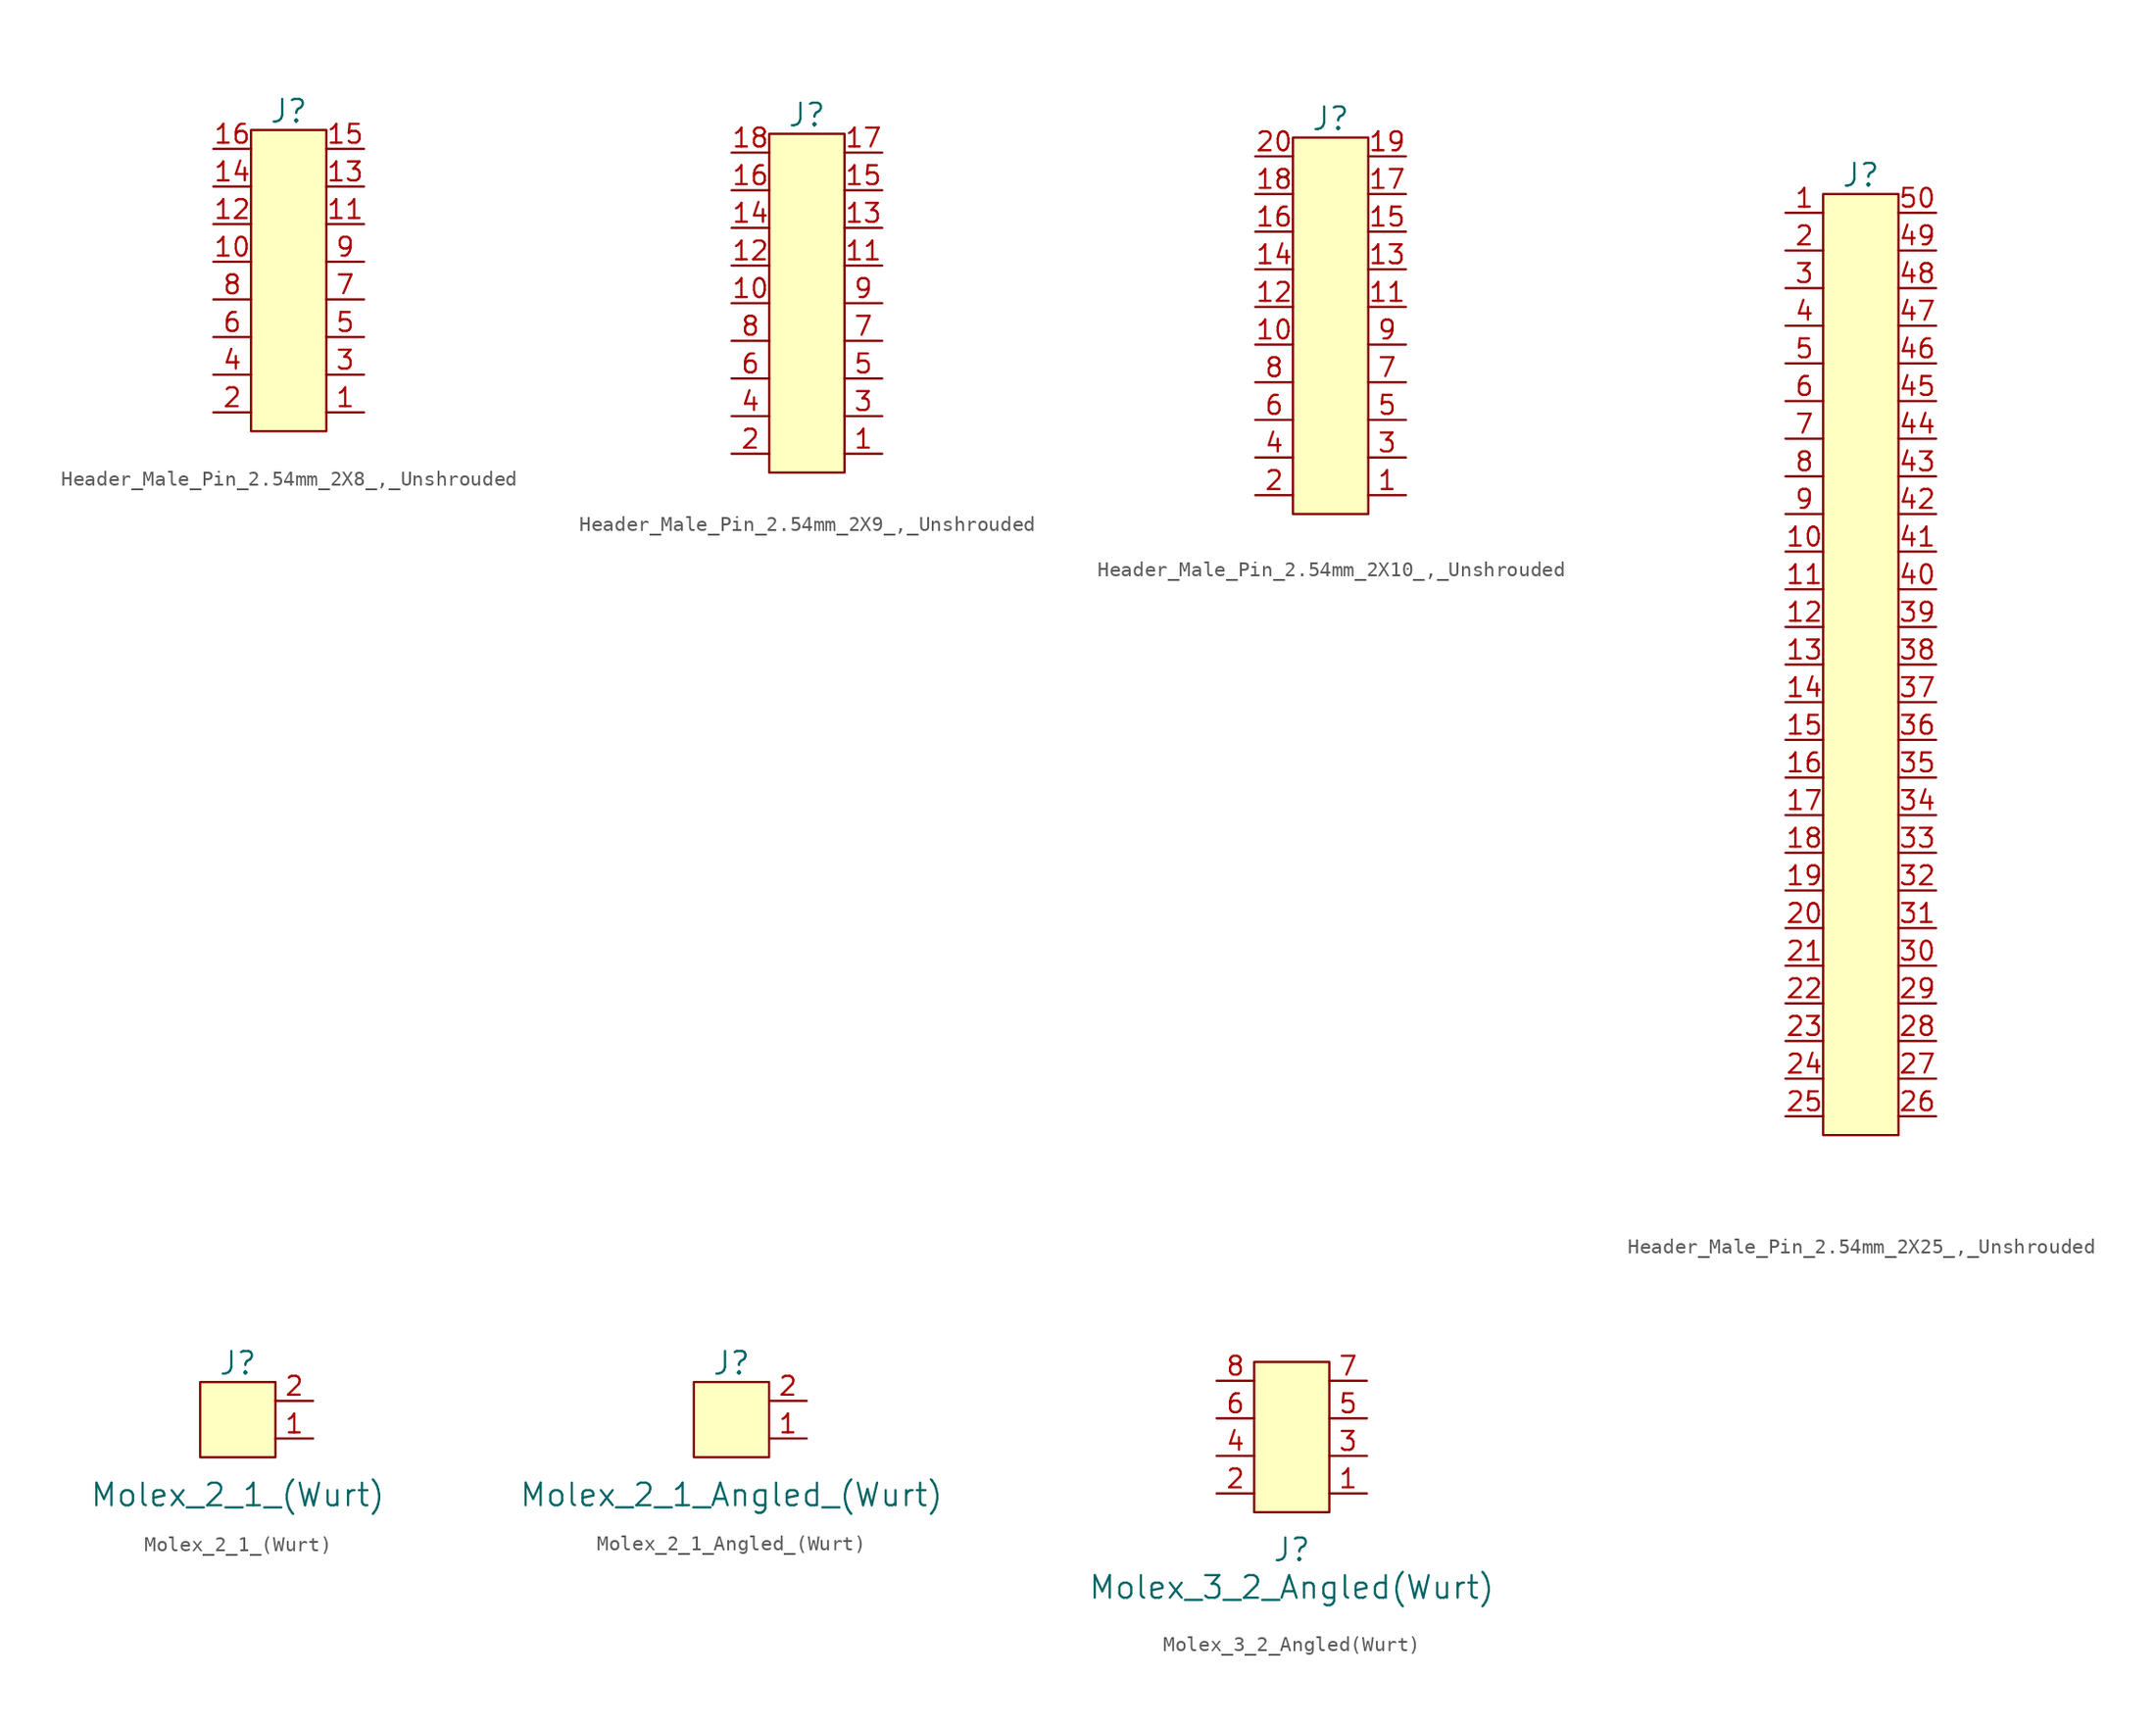
<source format=kicad_sym>
(kicad_symbol_lib
  (version 20241209)
  (generator "kicad_symbol_editor")
  (generator_version "9.0")
  (symbol "Header_Male_Pin_2.54mm_2X8_,_Unshrouded"
    (pin_names
      (offset 0)
      (hide yes))
    (property "Reference" "J"
      (at -2.54 20.32 0)
      (effects (font (size 1.524 1.524))))
    (symbol "Header_Male_Pin_2.54mm_2X8_,_Unshrouded_0_0"
      (rectangle (start -5.08 19.05) (end 0 -1.27) (stroke (width 0) (type default)) (fill (type background))))
    (symbol "Header_Male_Pin_2.54mm_2X8_,_Unshrouded_1_1"
      (pin passive line (at -7.62 17.78 0) (length 2.54) (name "~" (effects (font (size 0.762 0.762)))) (number "16" (effects (font (size 1.27 1.27)))))
      (pin passive line (at -7.62 15.24 0) (length 2.54) (name "~" (effects (font (size 0.762 0.762)))) (number "14" (effects (font (size 1.27 1.27)))))
      (pin passive line (at -7.62 12.7 0) (length 2.54) (name "~" (effects (font (size 0.762 0.762)))) (number "12" (effects (font (size 1.27 1.27)))))
      (pin passive line (at -7.62 10.16 0) (length 2.54) (name "~" (effects (font (size 0.762 0.762)))) (number "10" (effects (font (size 1.27 1.27)))))
      (pin passive line (at -7.62 7.62 0) (length 2.54) (name "~" (effects (font (size 0.762 0.762)))) (number "8" (effects (font (size 1.27 1.27)))))
      (pin passive line (at -7.62 5.08 0) (length 2.54) (name "~" (effects (font (size 0.762 0.762)))) (number "6" (effects (font (size 1.27 1.27)))))
      (pin passive line (at -7.62 2.54 0) (length 2.54) (name "~" (effects (font (size 1.27 1.27)))) (number "4" (effects (font (size 1.27 1.27)))))
      (pin passive line (at -7.62 0 0) (length 2.54) (name "~" (effects (font (size 1.016 1.016)))) (number "2" (effects (font (size 1.27 1.27)))))
      (pin passive line (at 2.54 17.78 180) (length 2.54) (name "~" (effects (font (size 0.889 0.889)))) (number "15" (effects (font (size 1.27 1.27)))))
      (pin passive line (at 2.54 15.24 180) (length 2.54) (name "~" (effects (font (size 0.889 0.889)))) (number "13" (effects (font (size 1.27 1.27)))))
      (pin passive line (at 2.54 12.7 180) (length 2.54) (name "~" (effects (font (size 0.889 0.889)))) (number "11" (effects (font (size 1.27 1.27)))))
      (pin passive line (at 2.54 10.16 180) (length 2.54) (name "~" (effects (font (size 0.889 0.889)))) (number "9" (effects (font (size 1.27 1.27)))))
      (pin passive line (at 2.54 7.62 180) (length 2.54) (name "~" (effects (font (size 0.889 0.889)))) (number "7" (effects (font (size 1.27 1.27)))))
      (pin passive line (at 2.54 5.08 180) (length 2.54) (name "~" (effects (font (size 0.889 0.889)))) (number "5" (effects (font (size 1.27 1.27)))))
      (pin passive line (at 2.54 2.54 180) (length 2.54) (name "~" (effects (font (size 1.27 1.27)))) (number "3" (effects (font (size 1.27 1.27)))))
      (pin passive line (at 2.54 0 180) (length 2.54) (name "~" (effects (font (size 1.016 1.016)))) (number "1" (effects (font (size 1.27 1.27)))))))
  (symbol "Header_Male_Pin_2.54mm_2X9_,_Unshrouded"
    (pin_names
      (offset 0)
      (hide yes))
    (property "Reference" "J"
      (at -2.54 22.86 0)
      (effects (font (size 1.524 1.524))))
    (symbol "Header_Male_Pin_2.54mm_2X9_,_Unshrouded_0_0"
      (rectangle (start -5.08 21.59) (end 0 -1.27) (stroke (width 0) (type default)) (fill (type background))))
    (symbol "Header_Male_Pin_2.54mm_2X9_,_Unshrouded_1_1"
      (pin passive line (at -7.62 20.32 0) (length 2.54) (name "~" (effects (font (size 0.762 0.762)))) (number "18" (effects (font (size 1.27 1.27)))))
      (pin passive line (at -7.62 17.78 0) (length 2.54) (name "~" (effects (font (size 0.762 0.762)))) (number "16" (effects (font (size 1.27 1.27)))))
      (pin passive line (at -7.62 15.24 0) (length 2.54) (name "~" (effects (font (size 0.762 0.762)))) (number "14" (effects (font (size 1.27 1.27)))))
      (pin passive line (at -7.62 12.7 0) (length 2.54) (name "~" (effects (font (size 0.762 0.762)))) (number "12" (effects (font (size 1.27 1.27)))))
      (pin passive line (at -7.62 10.16 0) (length 2.54) (name "~" (effects (font (size 0.762 0.762)))) (number "10" (effects (font (size 1.27 1.27)))))
      (pin passive line (at -7.62 7.62 0) (length 2.54) (name "~" (effects (font (size 0.762 0.762)))) (number "8" (effects (font (size 1.27 1.27)))))
      (pin passive line (at -7.62 5.08 0) (length 2.54) (name "~" (effects (font (size 0.762 0.762)))) (number "6" (effects (font (size 1.27 1.27)))))
      (pin passive line (at -7.62 2.54 0) (length 2.54) (name "~" (effects (font (size 1.27 1.27)))) (number "4" (effects (font (size 1.27 1.27)))))
      (pin passive line (at -7.62 0 0) (length 2.54) (name "~" (effects (font (size 1.016 1.016)))) (number "2" (effects (font (size 1.27 1.27)))))
      (pin passive line (at 2.54 20.32 180) (length 2.54) (name "~" (effects (font (size 0.889 0.889)))) (number "17" (effects (font (size 1.27 1.27)))))
      (pin passive line (at 2.54 17.78 180) (length 2.54) (name "~" (effects (font (size 0.889 0.889)))) (number "15" (effects (font (size 1.27 1.27)))))
      (pin passive line (at 2.54 15.24 180) (length 2.54) (name "~" (effects (font (size 0.889 0.889)))) (number "13" (effects (font (size 1.27 1.27)))))
      (pin passive line (at 2.54 12.7 180) (length 2.54) (name "~" (effects (font (size 0.889 0.889)))) (number "11" (effects (font (size 1.27 1.27)))))
      (pin passive line (at 2.54 10.16 180) (length 2.54) (name "~" (effects (font (size 0.889 0.889)))) (number "9" (effects (font (size 1.27 1.27)))))
      (pin passive line (at 2.54 7.62 180) (length 2.54) (name "~" (effects (font (size 0.889 0.889)))) (number "7" (effects (font (size 1.27 1.27)))))
      (pin passive line (at 2.54 5.08 180) (length 2.54) (name "~" (effects (font (size 0.889 0.889)))) (number "5" (effects (font (size 1.27 1.27)))))
      (pin passive line (at 2.54 2.54 180) (length 2.54) (name "~" (effects (font (size 1.27 1.27)))) (number "3" (effects (font (size 1.27 1.27)))))
      (pin passive line (at 2.54 0 180) (length 2.54) (name "~" (effects (font (size 1.016 1.016)))) (number "1" (effects (font (size 1.27 1.27)))))))
  (symbol "Header_Male_Pin_2.54mm_2X10_,_Unshrouded"
    (pin_names
      (offset 0)
      (hide yes))
    (property "Reference" "J"
      (at -2.54 25.4 0)
      (effects (font (size 1.524 1.524))))
    (symbol "Header_Male_Pin_2.54mm_2X10_,_Unshrouded_0_0"
      (rectangle (start -5.08 24.13) (end 0 -1.27) (stroke (width 0) (type default)) (fill (type background))))
    (symbol "Header_Male_Pin_2.54mm_2X10_,_Unshrouded_1_1"
      (pin passive line (at -7.62 22.86 0) (length 2.54) (name "~" (effects (font (size 0.762 0.762)))) (number "20" (effects (font (size 1.27 1.27)))))
      (pin passive line (at -7.62 20.32 0) (length 2.54) (name "~" (effects (font (size 0.762 0.762)))) (number "18" (effects (font (size 1.27 1.27)))))
      (pin passive line (at -7.62 17.78 0) (length 2.54) (name "~" (effects (font (size 0.762 0.762)))) (number "16" (effects (font (size 1.27 1.27)))))
      (pin passive line (at -7.62 15.24 0) (length 2.54) (name "~" (effects (font (size 0.762 0.762)))) (number "14" (effects (font (size 1.27 1.27)))))
      (pin passive line (at -7.62 12.7 0) (length 2.54) (name "~" (effects (font (size 0.762 0.762)))) (number "12" (effects (font (size 1.27 1.27)))))
      (pin passive line (at -7.62 10.16 0) (length 2.54) (name "~" (effects (font (size 0.762 0.762)))) (number "10" (effects (font (size 1.27 1.27)))))
      (pin passive line (at -7.62 7.62 0) (length 2.54) (name "~" (effects (font (size 0.762 0.762)))) (number "8" (effects (font (size 1.27 1.27)))))
      (pin passive line (at -7.62 5.08 0) (length 2.54) (name "~" (effects (font (size 0.762 0.762)))) (number "6" (effects (font (size 1.27 1.27)))))
      (pin passive line (at -7.62 2.54 0) (length 2.54) (name "~" (effects (font (size 1.27 1.27)))) (number "4" (effects (font (size 1.27 1.27)))))
      (pin passive line (at -7.62 0 0) (length 2.54) (name "~" (effects (font (size 1.016 1.016)))) (number "2" (effects (font (size 1.27 1.27)))))
      (pin passive line (at 2.54 22.86 180) (length 2.54) (name "~" (effects (font (size 0.889 0.889)))) (number "19" (effects (font (size 1.27 1.27)))))
      (pin passive line (at 2.54 20.32 180) (length 2.54) (name "~" (effects (font (size 0.889 0.889)))) (number "17" (effects (font (size 1.27 1.27)))))
      (pin passive line (at 2.54 17.78 180) (length 2.54) (name "~" (effects (font (size 0.889 0.889)))) (number "15" (effects (font (size 1.27 1.27)))))
      (pin passive line (at 2.54 15.24 180) (length 2.54) (name "~" (effects (font (size 0.889 0.889)))) (number "13" (effects (font (size 1.27 1.27)))))
      (pin passive line (at 2.54 12.7 180) (length 2.54) (name "~" (effects (font (size 0.889 0.889)))) (number "11" (effects (font (size 1.27 1.27)))))
      (pin passive line (at 2.54 10.16 180) (length 2.54) (name "~" (effects (font (size 0.889 0.889)))) (number "9" (effects (font (size 1.27 1.27)))))
      (pin passive line (at 2.54 7.62 180) (length 2.54) (name "~" (effects (font (size 0.889 0.889)))) (number "7" (effects (font (size 1.27 1.27)))))
      (pin passive line (at 2.54 5.08 180) (length 2.54) (name "~" (effects (font (size 0.889 0.889)))) (number "5" (effects (font (size 1.27 1.27)))))
      (pin passive line (at 2.54 2.54 180) (length 2.54) (name "~" (effects (font (size 1.27 1.27)))) (number "3" (effects (font (size 1.27 1.27)))))
      (pin passive line (at 2.54 0 180) (length 2.54) (name "~" (effects (font (size 1.016 1.016)))) (number "1" (effects (font (size 1.27 1.27)))))))
  (symbol "Header_Male_Pin_2.54mm_2X25_,_Unshrouded"
    (pin_names
      (offset 0)
      (hide yes))
    (property "Reference" "J"
      (at 0 31.75 0)
      (effects (font (size 1.524 1.524))))
    (symbol "Header_Male_Pin_2.54mm_2X25_,_Unshrouded_0_1"
      (rectangle (start -2.54 30.48) (end 2.54 -33.02) (stroke (width 0) (type default)) (fill (type background))))
    (symbol "Header_Male_Pin_2.54mm_2X25_,_Unshrouded_1_1"
      (pin input line (at -5.08 29.21 0) (length 2.54) (name "~" (effects (font (size 1.27 1.27)))) (number "1" (effects (font (size 1.27 1.27)))))
      (pin input line (at -5.08 26.67 0) (length 2.54) (name "~" (effects (font (size 1.27 1.27)))) (number "2" (effects (font (size 1.27 1.27)))))
      (pin input line (at -5.08 24.13 0) (length 2.54) (name "~" (effects (font (size 1.27 1.27)))) (number "3" (effects (font (size 1.27 1.27)))))
      (pin input line (at -5.08 21.59 0) (length 2.54) (name "~" (effects (font (size 1.27 1.27)))) (number "4" (effects (font (size 1.27 1.27)))))
      (pin input line (at -5.08 19.05 0) (length 2.54) (name "~" (effects (font (size 1.27 1.27)))) (number "5" (effects (font (size 1.27 1.27)))))
      (pin input line (at -5.08 16.51 0) (length 2.54) (name "~" (effects (font (size 1.27 1.27)))) (number "6" (effects (font (size 1.27 1.27)))))
      (pin input line (at -5.08 13.97 0) (length 2.54) (name "~" (effects (font (size 1.27 1.27)))) (number "7" (effects (font (size 1.27 1.27)))))
      (pin input line (at -5.08 11.43 0) (length 2.54) (name "~" (effects (font (size 1.27 1.27)))) (number "8" (effects (font (size 1.27 1.27)))))
      (pin input line (at -5.08 8.89 0) (length 2.54) (name "~" (effects (font (size 1.27 1.27)))) (number "9" (effects (font (size 1.27 1.27)))))
      (pin input line (at -5.08 6.35 0) (length 2.54) (name "~" (effects (font (size 1.27 1.27)))) (number "10" (effects (font (size 1.27 1.27)))))
      (pin input line (at -5.08 3.81 0) (length 2.54) (name "~" (effects (font (size 1.27 1.27)))) (number "11" (effects (font (size 1.27 1.27)))))
      (pin input line (at -5.08 1.27 0) (length 2.54) (name "~" (effects (font (size 1.27 1.27)))) (number "12" (effects (font (size 1.27 1.27)))))
      (pin input line (at -5.08 -1.27 0) (length 2.54) (name "~" (effects (font (size 1.27 1.27)))) (number "13" (effects (font (size 1.27 1.27)))))
      (pin input line (at -5.08 -3.81 0) (length 2.54) (name "~" (effects (font (size 1.27 1.27)))) (number "14" (effects (font (size 1.27 1.27)))))
      (pin input line (at -5.08 -6.35 0) (length 2.54) (name "~" (effects (font (size 1.27 1.27)))) (number "15" (effects (font (size 1.27 1.27)))))
      (pin input line (at -5.08 -8.89 0) (length 2.54) (name "~" (effects (font (size 1.27 1.27)))) (number "16" (effects (font (size 1.27 1.27)))))
      (pin input line (at -5.08 -11.43 0) (length 2.54) (name "~" (effects (font (size 1.27 1.27)))) (number "17" (effects (font (size 1.27 1.27)))))
      (pin input line (at -5.08 -13.97 0) (length 2.54) (name "~" (effects (font (size 1.27 1.27)))) (number "18" (effects (font (size 1.27 1.27)))))
      (pin input line (at -5.08 -16.51 0) (length 2.54) (name "~" (effects (font (size 1.27 1.27)))) (number "19" (effects (font (size 1.27 1.27)))))
      (pin input line (at -5.08 -19.05 0) (length 2.54) (name "~" (effects (font (size 1.27 1.27)))) (number "20" (effects (font (size 1.27 1.27)))))
      (pin input line (at -5.08 -21.59 0) (length 2.54) (name "~" (effects (font (size 1.27 1.27)))) (number "21" (effects (font (size 1.27 1.27)))))
      (pin input line (at -5.08 -24.13 0) (length 2.54) (name "~" (effects (font (size 1.27 1.27)))) (number "22" (effects (font (size 1.27 1.27)))))
      (pin input line (at -5.08 -26.67 0) (length 2.54) (name "~" (effects (font (size 1.27 1.27)))) (number "23" (effects (font (size 1.27 1.27)))))
      (pin input line (at -5.08 -29.21 0) (length 2.54) (name "~" (effects (font (size 1.27 1.27)))) (number "24" (effects (font (size 1.27 1.27)))))
      (pin input line (at -5.08 -31.75 0) (length 2.54) (name "~" (effects (font (size 1.27 1.27)))) (number "25" (effects (font (size 1.27 1.27)))))
      (pin input line (at 5.08 29.21 180) (length 2.54) (name "~" (effects (font (size 1.27 1.27)))) (number "50" (effects (font (size 1.27 1.27)))))
      (pin input line (at 5.08 26.67 180) (length 2.54) (name "~" (effects (font (size 1.27 1.27)))) (number "49" (effects (font (size 1.27 1.27)))))
      (pin input line (at 5.08 24.13 180) (length 2.54) (name "~" (effects (font (size 1.27 1.27)))) (number "48" (effects (font (size 1.27 1.27)))))
      (pin input line (at 5.08 21.59 180) (length 2.54) (name "~" (effects (font (size 1.27 1.27)))) (number "47" (effects (font (size 1.27 1.27)))))
      (pin input line (at 5.08 19.05 180) (length 2.54) (name "~" (effects (font (size 1.27 1.27)))) (number "46" (effects (font (size 1.27 1.27)))))
      (pin input line (at 5.08 16.51 180) (length 2.54) (name "~" (effects (font (size 1.27 1.27)))) (number "45" (effects (font (size 1.27 1.27)))))
      (pin input line (at 5.08 13.97 180) (length 2.54) (name "~" (effects (font (size 1.27 1.27)))) (number "44" (effects (font (size 1.27 1.27)))))
      (pin input line (at 5.08 11.43 180) (length 2.54) (name "~" (effects (font (size 1.27 1.27)))) (number "43" (effects (font (size 1.27 1.27)))))
      (pin input line (at 5.08 8.89 180) (length 2.54) (name "~" (effects (font (size 1.27 1.27)))) (number "42" (effects (font (size 1.27 1.27)))))
      (pin input line (at 5.08 6.35 180) (length 2.54) (name "~" (effects (font (size 1.27 1.27)))) (number "41" (effects (font (size 1.27 1.27)))))
      (pin input line (at 5.08 3.81 180) (length 2.54) (name "~" (effects (font (size 1.27 1.27)))) (number "40" (effects (font (size 1.27 1.27)))))
      (pin input line (at 5.08 1.27 180) (length 2.54) (name "~" (effects (font (size 1.27 1.27)))) (number "39" (effects (font (size 1.27 1.27)))))
      (pin input line (at 5.08 -1.27 180) (length 2.54) (name "~" (effects (font (size 1.27 1.27)))) (number "38" (effects (font (size 1.27 1.27)))))
      (pin input line (at 5.08 -3.81 180) (length 2.54) (name "~" (effects (font (size 1.27 1.27)))) (number "37" (effects (font (size 1.27 1.27)))))
      (pin input line (at 5.08 -6.35 180) (length 2.54) (name "~" (effects (font (size 1.27 1.27)))) (number "36" (effects (font (size 1.27 1.27)))))
      (pin input line (at 5.08 -8.89 180) (length 2.54) (name "~" (effects (font (size 1.27 1.27)))) (number "35" (effects (font (size 1.27 1.27)))))
      (pin input line (at 5.08 -11.43 180) (length 2.54) (name "~" (effects (font (size 1.27 1.27)))) (number "34" (effects (font (size 1.27 1.27)))))
      (pin input line (at 5.08 -13.97 180) (length 2.54) (name "~" (effects (font (size 1.27 1.27)))) (number "33" (effects (font (size 1.27 1.27)))))
      (pin input line (at 5.08 -16.51 180) (length 2.54) (name "~" (effects (font (size 1.27 1.27)))) (number "32" (effects (font (size 1.27 1.27)))))
      (pin input line (at 5.08 -19.05 180) (length 2.54) (name "~" (effects (font (size 1.27 1.27)))) (number "31" (effects (font (size 1.27 1.27)))))
      (pin input line (at 5.08 -21.59 180) (length 2.54) (name "~" (effects (font (size 1.27 1.27)))) (number "30" (effects (font (size 1.27 1.27)))))
      (pin input line (at 5.08 -24.13 180) (length 2.54) (name "~" (effects (font (size 1.27 1.27)))) (number "29" (effects (font (size 1.27 1.27)))))
      (pin input line (at 5.08 -26.67 180) (length 2.54) (name "~" (effects (font (size 1.27 1.27)))) (number "28" (effects (font (size 1.27 1.27)))))
      (pin input line (at 5.08 -29.21 180) (length 2.54) (name "~" (effects (font (size 1.27 1.27)))) (number "27" (effects (font (size 1.27 1.27)))))
      (pin input line (at 5.08 -31.75 180) (length 2.54) (name "~" (effects (font (size 1.27 1.27)))) (number "26" (effects (font (size 1.27 1.27)))))))
  (symbol "Molex_2_1_(Wurt)"
    (pin_names
      (offset 0)
      (hide yes))
    (property "Reference" "J"
      (at 0 5.08 0)
      (effects (font (size 1.524 1.524))))
    (property "Value" "Molex_2_1_(Wurt)"
      (at 0 -3.81 0)
      (effects (font (size 1.524 1.524))))
    (symbol "Molex_2_1_(Wurt)_0_1"
      (rectangle (start -2.54 3.81) (end 2.54 -1.27) (stroke (width 0) (type default)) (fill (type background))))
    (symbol "Molex_2_1_(Wurt)_1_1"
      (pin passive line (at 5.08 2.54 180) (length 2.54) (name "2" (effects (font (size 1.27 1.27)))) (number "2" (effects (font (size 1.27 1.27)))))
      (pin passive line (at 5.08 0 180) (length 2.54) (name "1" (effects (font (size 1.27 1.27)))) (number "1" (effects (font (size 1.27 1.27)))))))
  (symbol "Molex_2_1_Angled_(Wurt)"
    (pin_names
      (offset 0)
      (hide yes))
    (property "Reference" "J"
      (at 0 5.08 0)
      (effects (font (size 1.524 1.524))))
    (property "Value" "Molex_2_1_Angled_(Wurt)"
      (at 0 -3.81 0)
      (effects (font (size 1.524 1.524))))
    (symbol "Molex_2_1_Angled_(Wurt)_0_1"
      (rectangle (start -2.54 3.81) (end 2.54 -1.27) (stroke (width 0) (type default)) (fill (type background))))
    (symbol "Molex_2_1_Angled_(Wurt)_1_1"
      (pin passive line (at 5.08 2.54 180) (length 2.54) (name "2" (effects (font (size 1.27 1.27)))) (number "2" (effects (font (size 1.27 1.27)))))
      (pin passive line (at 5.08 0 180) (length 2.54) (name "1" (effects (font (size 1.27 1.27)))) (number "1" (effects (font (size 1.27 1.27)))))))
  (symbol "Molex_3_2_Angled(Wurt)"
    (pin_names
      (offset 0)
      (hide yes))
    (property "Reference" "J"
      (at 0 -3.81 0)
      (effects (font (size 1.524 1.524))))
    (property "Value" "Molex_3_2_Angled(Wurt)"
      (at 0 -6.35 0)
      (effects (font (size 1.524 1.524))))
    (symbol "Molex_3_2_Angled(Wurt)_0_0"
      (pin passive line (at -5.08 7.62 0) (length 2.54) (name "8" (effects (font (size 1.27 1.27)))) (number "8" (effects (font (size 1.27 1.27)))))
      (pin passive line (at 5.08 7.62 180) (length 2.54) (name "7" (effects (font (size 1.27 1.27)))) (number "7" (effects (font (size 1.27 1.27))))))
    (symbol "Molex_3_2_Angled(Wurt)_0_1"
      (rectangle (start -2.54 8.89) (end 2.54 -1.27) (stroke (width 0) (type default)) (fill (type background))))
    (symbol "Molex_3_2_Angled(Wurt)_1_1"
      (pin passive line (at -5.08 5.08 0) (length 2.54) (name "6" (effects (font (size 1.27 1.27)))) (number "6" (effects (font (size 1.27 1.27)))))
      (pin passive line (at -5.08 2.54 0) (length 2.54) (name "4" (effects (font (size 1.27 1.27)))) (number "4" (effects (font (size 1.27 1.27)))))
      (pin passive line (at -5.08 0 0) (length 2.54) (name "2" (effects (font (size 1.27 1.27)))) (number "2" (effects (font (size 1.27 1.27)))))
      (pin passive line (at 5.08 5.08 180) (length 2.54) (name "5" (effects (font (size 1.27 1.27)))) (number "5" (effects (font (size 1.27 1.27)))))
      (pin passive line (at 5.08 2.54 180) (length 2.54) (name "3" (effects (font (size 1.27 1.27)))) (number "3" (effects (font (size 1.27 1.27)))))
      (pin passive line (at 5.08 0 180) (length 2.54) (name "1" (effects (font (size 1.27 1.27)))) (number "1" (effects (font (size 1.27 1.27))))))))
</source>
